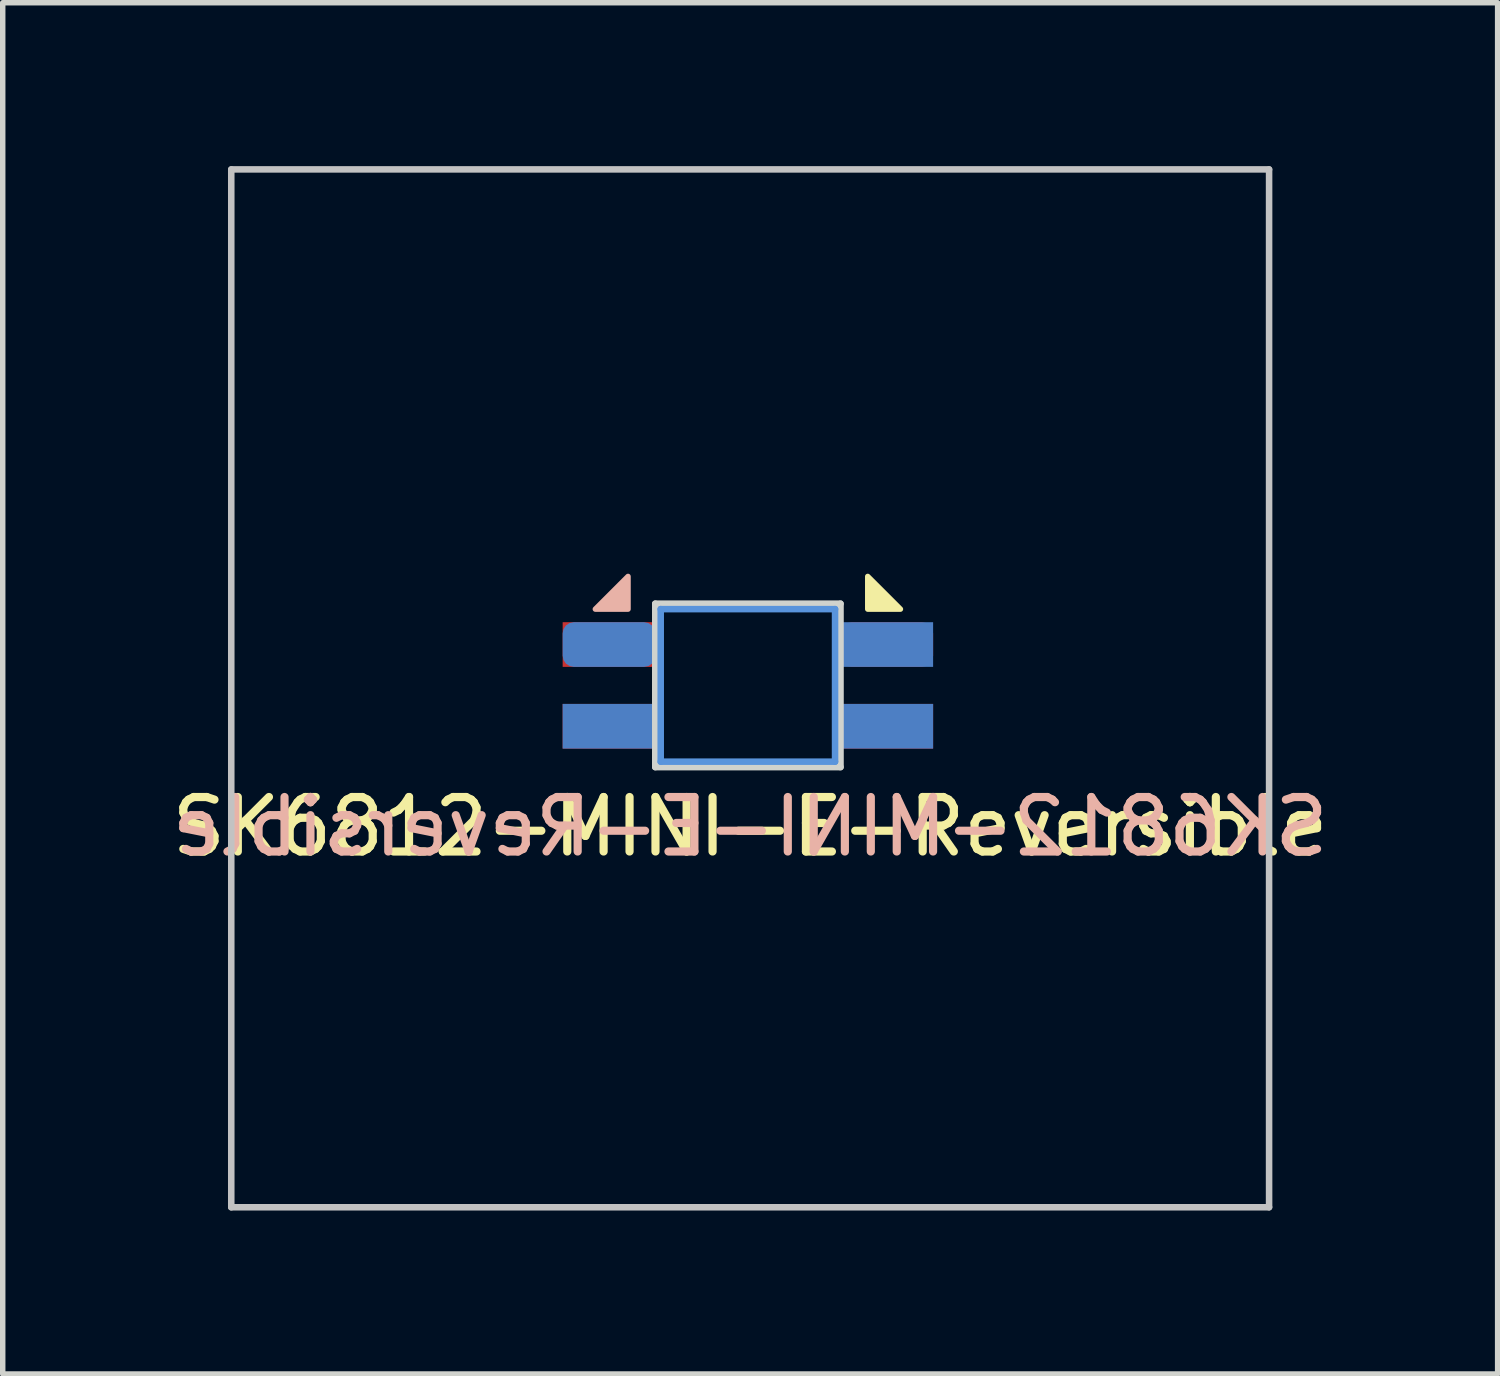
<source format=kicad_pcb>
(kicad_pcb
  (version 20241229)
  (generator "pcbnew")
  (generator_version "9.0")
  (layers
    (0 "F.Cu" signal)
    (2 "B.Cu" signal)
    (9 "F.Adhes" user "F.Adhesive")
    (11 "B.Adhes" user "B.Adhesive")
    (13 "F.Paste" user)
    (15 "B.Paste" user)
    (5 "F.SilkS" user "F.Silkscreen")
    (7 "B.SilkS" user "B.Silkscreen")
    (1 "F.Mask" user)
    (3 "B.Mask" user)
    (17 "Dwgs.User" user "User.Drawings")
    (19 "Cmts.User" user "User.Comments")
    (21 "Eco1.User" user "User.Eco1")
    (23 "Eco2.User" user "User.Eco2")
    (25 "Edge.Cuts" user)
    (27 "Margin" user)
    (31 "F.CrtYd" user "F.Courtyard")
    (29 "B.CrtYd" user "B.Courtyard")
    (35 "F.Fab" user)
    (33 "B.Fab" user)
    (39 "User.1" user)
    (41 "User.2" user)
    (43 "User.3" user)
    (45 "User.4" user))
  (footprint "SK6812-MINI-E-Reversible"
    (layer "F.Cu")
    (at 10.72 9.585)
    (property "Reference" "SK6812-MINI-E-Reversible" (at 0 2.54 0) (unlocked yes) (layer "F.SilkS") (effects (font (size 1 1) (thickness 0.15))))
    (attr smd)
    (fp_poly (pts (xy 2.758 -1.454) (xy 2.158 -1.454) (xy 2.158 -2.054)) (stroke (width 0.1) (type solid)) (fill yes) (layer "F.SilkS"))
    (fp_poly (pts (xy -2.842 -1.454) (xy -2.242 -1.454) (xy -2.242 -2.054)) (stroke (width 0.1) (type solid)) (fill yes) (layer "B.SilkS"))
    (fp_line (start -9.525 -9.525) (end -9.525 9.525) (stroke (width 0.12) (type solid)) (layer "Dwgs.User"))
    (fp_line (start 9.525 -9.525) (end -9.525 -9.525) (stroke (width 0.12) (type solid)) (layer "Dwgs.User"))
    (fp_line (start 9.525 -9.525) (end 9.525 9.525) (stroke (width 0.12) (type solid)) (layer "Dwgs.User"))
    (fp_line (start 9.525 9.525) (end -9.525 9.525) (stroke (width 0.12) (type solid)) (layer "Dwgs.User"))
    (fp_line (start -1.642 -1.454) (end 1.558 -1.454) (stroke (width 0.12) (type solid)) (layer "Cmts.User"))
    (fp_line (start -1.642 1.346) (end -1.642 -1.454) (stroke (width 0.12) (type solid)) (layer "Cmts.User"))
    (fp_line (start 1.558 -1.454) (end 1.558 1.346) (stroke (width 0.12) (type solid)) (layer "Cmts.User"))
    (fp_line (start 1.558 1.346) (end -1.642 1.346) (stroke (width 0.12) (type solid)) (layer "Cmts.User"))
    (fp_line (start -1.742 1.446) (end -1.742 -1.554) (stroke (width 0.12) (type solid)) (layer "Edge.Cuts"))
    (fp_line (start 1.658 -1.554) (end -1.742 -1.554) (stroke (width 0.12) (type solid)) (layer "Edge.Cuts"))
    (fp_line (start 1.658 -1.554) (end 1.658 1.446) (stroke (width 0.12) (type solid)) (layer "Edge.Cuts"))
    (fp_line (start 1.658 1.446) (end -1.742 1.446) (stroke (width 0.12) (type solid)) (layer "Edge.Cuts"))
    (fp_text user "${REFERENCE}" (at 0 2.54 0) (unlocked yes) (layer "B.SilkS") (effects (font (size 1 1) (thickness 0.15)) (justify mirror)))
    (pad "1" smd rect (at -2.592 0.696) (size 1.7 0.82) (layers "F.Cu" "F.Mask" "F.Paste"))
    (pad "1" smd rect (at 2.508 0.696) (size 1.7 0.82) (layers "B.Cu" "B.Mask" "B.Paste"))
    (pad "2" smd rect (at -2.592 -0.804) (size 1.7 0.82) (layers "F.Cu" "F.Mask" "F.Paste"))
    (pad "2" smd rect (at 2.508 -0.804) (size 1.7 0.82) (layers "B.Cu" "B.Mask" "B.Paste"))
    (pad "3" smd roundrect (at -2.592 -0.804) (size 1.7 0.82) (layers "B.Cu" "B.Mask" "B.Paste") (roundrect_rratio 0.25))
    (pad "3" smd roundrect (at 2.508 -0.804) (size 1.7 0.82) (layers "F.Cu" "F.Mask" "F.Paste") (roundrect_rratio 0.25))
    (pad "4" smd rect (at -2.592 0.696) (size 1.7 0.82) (layers "B.Cu" "B.Mask" "B.Paste"))
    (pad "4" smd rect (at 2.508 0.696) (size 1.7 0.82) (layers "F.Cu" "F.Mask" "F.Paste")))
  (gr_rect
    (start -3 -3)
    (end 24.44 22.17)
    (stroke (width 0.1) (type default))
    (fill no)
    (layer "Edge.Cuts")))
</source>
